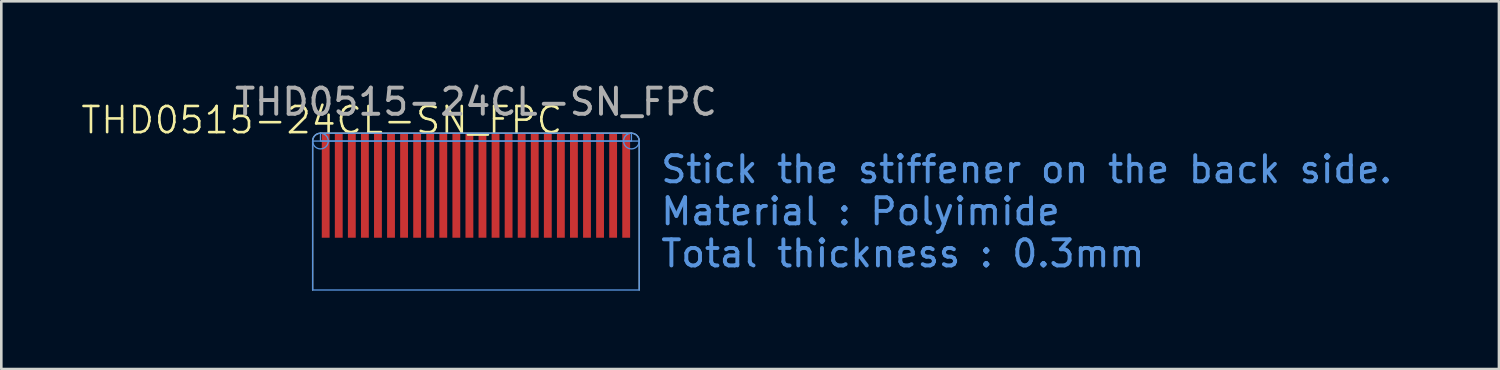
<source format=kicad_pcb>
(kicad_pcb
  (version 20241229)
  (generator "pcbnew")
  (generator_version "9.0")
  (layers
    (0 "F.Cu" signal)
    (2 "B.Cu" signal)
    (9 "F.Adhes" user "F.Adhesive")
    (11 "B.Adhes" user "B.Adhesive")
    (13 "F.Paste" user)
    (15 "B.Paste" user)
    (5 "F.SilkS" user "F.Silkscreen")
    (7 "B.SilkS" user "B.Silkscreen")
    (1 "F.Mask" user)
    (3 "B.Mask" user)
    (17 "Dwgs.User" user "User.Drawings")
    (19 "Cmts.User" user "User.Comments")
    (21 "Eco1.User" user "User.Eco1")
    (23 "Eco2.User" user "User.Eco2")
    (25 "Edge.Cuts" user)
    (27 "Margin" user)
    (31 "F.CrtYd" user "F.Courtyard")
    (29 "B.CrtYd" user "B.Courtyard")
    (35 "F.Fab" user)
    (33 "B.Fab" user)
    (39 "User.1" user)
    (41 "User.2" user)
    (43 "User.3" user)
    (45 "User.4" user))
  (footprint "THD0515-24CL-SN_FPC"
    (layer "F.Cu")
    (at 8.914 2.048)
    (property "Reference" "THD0515-24CL-SN_FPC" (at 0.35 -0.5 0) (unlocked yes) (layer "F.SilkS") (effects (font (size 1 1) (thickness 0.1))))
    (attr smd)
    (fp_rect (start 0 0.3) (end 12.5 4) (stroke (width 0.05) (type solid)) (fill yes) (layer "F.Mask"))
    (fp_rect (start 0.3 0) (end 12.2 0.3) (stroke (width 0.05) (type solid)) (fill yes) (layer "F.Mask"))
    (fp_circle (center 0.3 0.3) (end 0.6 0.3) (stroke (width 0.05) (type solid)) (fill yes) (layer "F.Mask"))
    (fp_circle (center 12.2 0.3) (end 12.5 0.3) (stroke (width 0.05) (type solid)) (fill yes) (layer "F.Mask"))
    (fp_rect (start 0 0.3) (end 12.5 6) (stroke (width 0.05) (type solid)) (fill no) (layer "Cmts.User"))
    (fp_rect (start 0.3 0) (end 12.2 0.3) (stroke (width 0.05) (type solid)) (fill no) (layer "Cmts.User"))
    (fp_circle (center 0.3 0.3) (end 0.6 0.3) (stroke (width 0.05) (type solid)) (fill no) (layer "Cmts.User"))
    (fp_circle (center 12.2 0.3) (end 12.5 0.3) (stroke (width 0.05) (type solid)) (fill no) (layer "Cmts.User"))
    (fp_line (start 0 0.3) (end 0 6) (stroke (width 0.05) (type default)) (layer "Edge.Cuts"))
    (fp_line (start 0.3 0) (end 12.2 0) (stroke (width 0.05) (type default)) (layer "Edge.Cuts"))
    (fp_line (start 12.5 0.3) (end 12.5 6) (stroke (width 0.05) (type default)) (layer "Edge.Cuts"))
    (fp_arc (start 0 0.3) (mid 0.087868 0.087868) (end 0.3 0) (stroke (width 0.05) (type default)) (layer "Edge.Cuts"))
    (fp_arc (start 12.2 0) (mid 12.412132 0.087868) (end 12.5 0.3) (stroke (width 0.05) (type default)) (layer "Edge.Cuts"))
    (fp_text user "${REFERENCE}" (at 6.25 -1.2 0) (unlocked yes) (layer "F.Fab") (effects (font (size 1 1) (thickness 0.15))))
    (fp_text_box "Stick the stiffener on the back side.\nMaterial : Polyimide\nTotal thickness : 0.3mm" (start 12.5 0.05) (end 42.4 5.95) (margins 0.75 0.75 0.75 0.75) (layer "Cmts.User") (effects (font (size 1 1) (thickness 0.15)) (justify left top)) (border no) (stroke (width -0.000001) (type solid)))
    (pad "1" smd rect (at 0.5 2) (size 0.3 4) (layers "F.Cu" "F.Mask" "F.Paste"))
    (pad "2" smd rect (at 1 2) (size 0.3 4) (layers "F.Cu" "F.Mask" "F.Paste"))
    (pad "3" smd rect (at 1.5 2) (size 0.3 4) (layers "F.Cu" "F.Mask" "F.Paste"))
    (pad "4" smd rect (at 2 2) (size 0.3 4) (layers "F.Cu" "F.Mask" "F.Paste"))
    (pad "5" smd rect (at 2.5 2) (size 0.3 4) (layers "F.Cu" "F.Mask" "F.Paste"))
    (pad "6" smd rect (at 3 2) (size 0.3 4) (layers "F.Cu" "F.Mask" "F.Paste"))
    (pad "7" smd rect (at 3.5 2) (size 0.3 4) (layers "F.Cu" "F.Mask" "F.Paste"))
    (pad "8" smd rect (at 4 2) (size 0.3 4) (layers "F.Cu" "F.Mask" "F.Paste"))
    (pad "9" smd rect (at 4.5 2) (size 0.3 4) (layers "F.Cu" "F.Mask" "F.Paste"))
    (pad "10" smd rect (at 5 2) (size 0.3 4) (layers "F.Cu" "F.Mask" "F.Paste"))
    (pad "11" smd rect (at 5.5 2) (size 0.3 4) (layers "F.Cu" "F.Mask" "F.Paste"))
    (pad "12" smd rect (at 6 2) (size 0.3 4) (layers "F.Cu" "F.Mask" "F.Paste"))
    (pad "13" smd rect (at 6.5 2) (size 0.3 4) (layers "F.Cu" "F.Mask" "F.Paste"))
    (pad "14" smd rect (at 7 2) (size 0.3 4) (layers "F.Cu" "F.Mask" "F.Paste"))
    (pad "15" smd rect (at 7.5 2) (size 0.3 4) (layers "F.Cu" "F.Mask" "F.Paste"))
    (pad "16" smd rect (at 8 2) (size 0.3 4) (layers "F.Cu" "F.Mask" "F.Paste"))
    (pad "17" smd rect (at 8.5 2) (size 0.3 4) (layers "F.Cu" "F.Mask" "F.Paste"))
    (pad "18" smd rect (at 9 2) (size 0.3 4) (layers "F.Cu" "F.Mask" "F.Paste"))
    (pad "19" smd rect (at 9.5 2) (size 0.3 4) (layers "F.Cu" "F.Mask" "F.Paste"))
    (pad "20" smd rect (at 10 2) (size 0.3 4) (layers "F.Cu" "F.Mask" "F.Paste"))
    (pad "21" smd rect (at 10.5 2) (size 0.3 4) (layers "F.Cu" "F.Mask" "F.Paste"))
    (pad "22" smd rect (at 11 2) (size 0.3 4) (layers "F.Cu" "F.Mask" "F.Paste"))
    (pad "23" smd rect (at 11.5 2) (size 0.3 4) (layers "F.Cu" "F.Mask" "F.Paste"))
    (pad "24" smd rect (at 12 2) (size 0.3 4) (layers "F.Cu" "F.Mask" "F.Paste")))
  (gr_rect
    (start -3 -3)
    (end 54.314 11.073)
    (stroke (width 0.1) (type default))
    (fill no)
    (layer "Edge.Cuts")))
</source>
